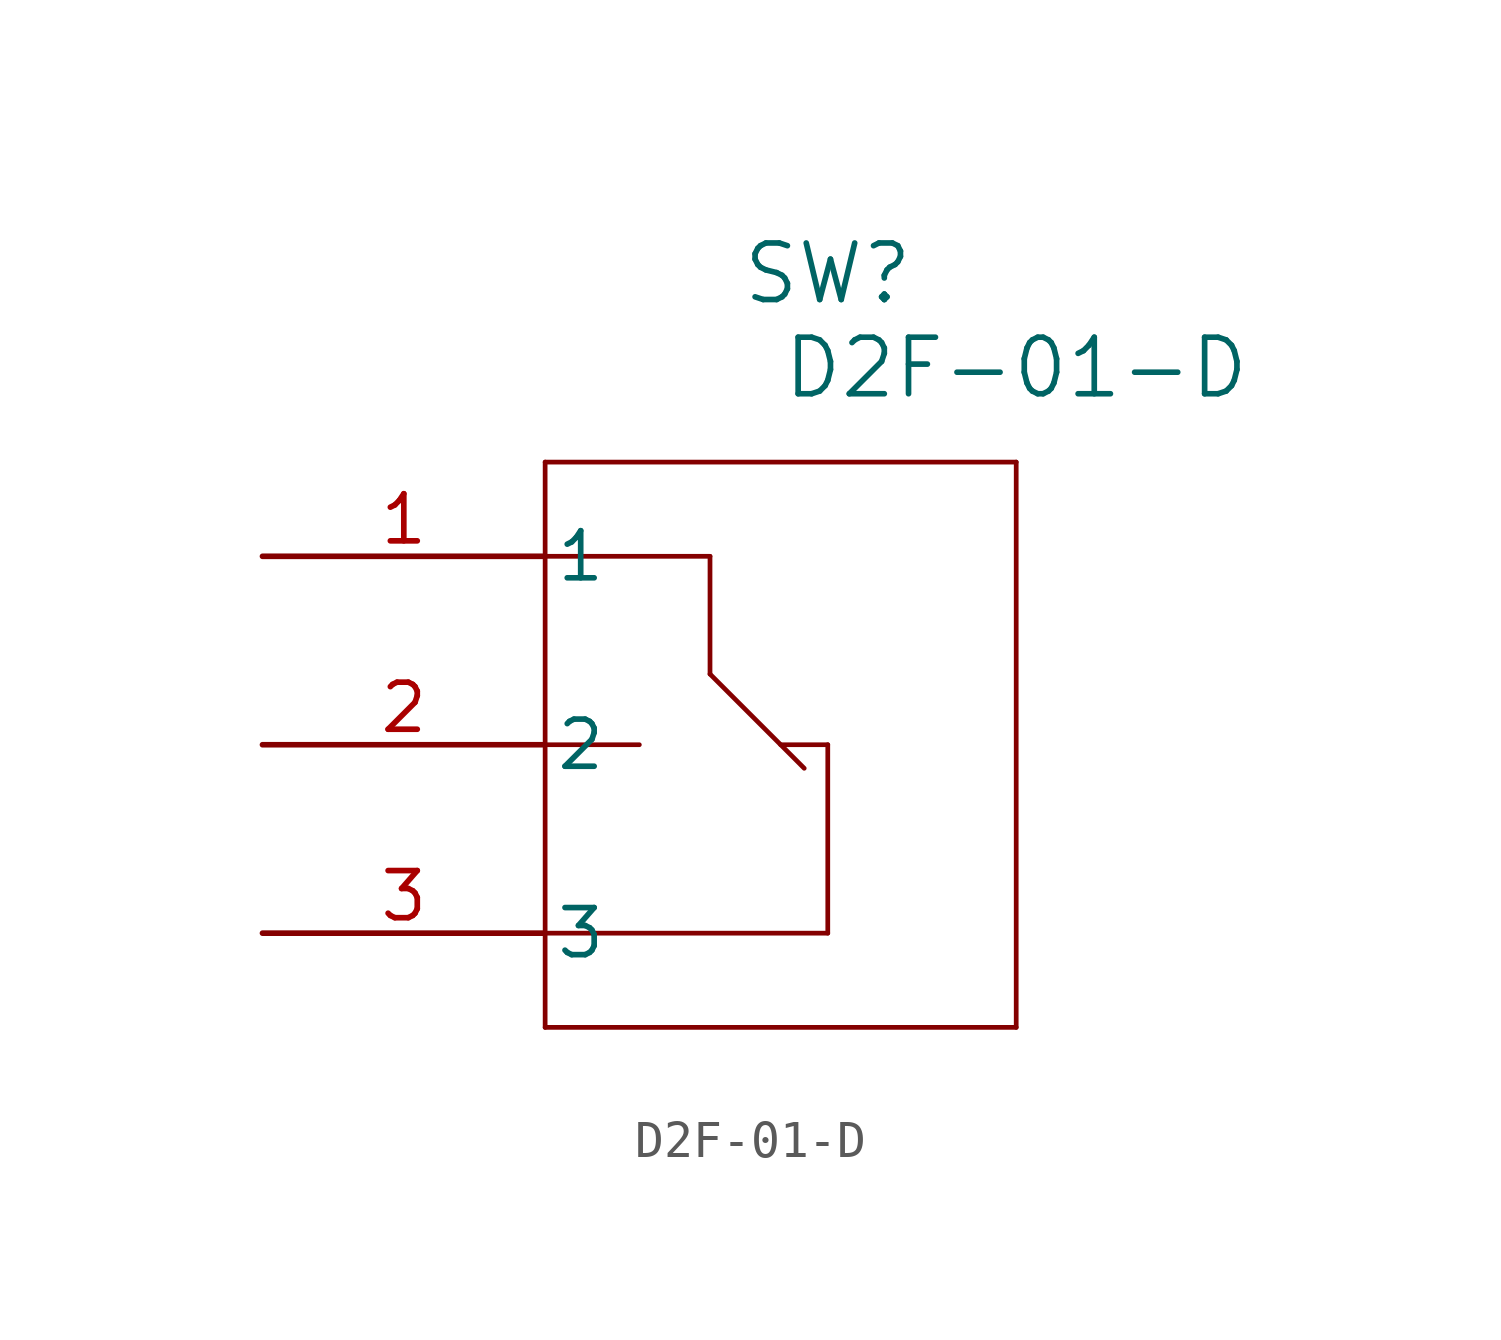
<source format=kicad_sym>
(kicad_symbol_lib
  (version 20211014)
  (generator kicad_symbol_editor)
  (symbol "D2F-01-D"
    (pin_names
      (offset 0.254))
    (property "Reference" "SW"
      (at 15.24 7.62 0)
      (effects (font (size 1.524 1.524))))
    (property "Value" "D2F-01-D"
      (at 20.32 5.08 0)
      (effects (font (size 1.524 1.524))))
    (symbol "D2F-01-D_0_1"
      (polyline (pts (xy 7.62 2.54) (xy 7.62 -12.7)) (stroke (width 0.127) (type default) (color 0 0 0 0)) (fill (type none)))
      (polyline (pts (xy 7.62 -12.7) (xy 20.32 -12.7)) (stroke (width 0.127) (type default) (color 0 0 0 0)) (fill (type none)))
      (polyline (pts (xy 20.32 -12.7) (xy 20.32 2.54)) (stroke (width 0.127) (type default) (color 0 0 0 0)) (fill (type none)))
      (polyline (pts (xy 20.32 2.54) (xy 7.62 2.54)) (stroke (width 0.127) (type default) (color 0 0 0 0)) (fill (type none)))
      (polyline (pts (xy 7.62 -5.08) (xy 10.16 -5.08)) (stroke (width 0.127) (type default) (color 0 0 0 0)) (fill (type none)))
      (polyline (pts (xy 7.62 -10.16) (xy 15.24 -10.16)) (stroke (width 0.127) (type default) (color 0 0 0 0)) (fill (type none)))
      (polyline (pts (xy 15.24 -5.08) (xy 15.24 -10.16)) (stroke (width 0.127) (type default) (color 0 0 0 0)) (fill (type none)))
      (polyline (pts (xy 15.24 -5.08) (xy 13.97 -5.08)) (stroke (width 0.127) (type default) (color 0 0 0 0)) (fill (type none)))
      (polyline (pts (xy 7.62 0) (xy 12.065 0)) (stroke (width 0.127) (type default) (color 0 0 0 0)) (fill (type none)))
      (polyline (pts (xy 12.065 0) (xy 12.065 -3.175)) (stroke (width 0.127) (type default) (color 0 0 0 0)) (fill (type none)))
      (polyline (pts (xy 12.065 -3.175) (xy 14.605 -5.715)) (stroke (width 0.127) (type default) (color 0 0 0 0)) (fill (type none)))
      (pin passive line (at 0 0 0) (length 7.62) (name "1" (effects (font (size 1.27 1.27)))) (number "1" (effects (font (size 1.27 1.27)))))
      (pin passive line (at 0 -5.08 0) (length 7.62) (name "2" (effects (font (size 1.27 1.27)))) (number "2" (effects (font (size 1.27 1.27)))))
      (pin passive line (at 0 -10.16 0) (length 7.62) (name "3" (effects (font (size 1.27 1.27)))) (number "3" (effects (font (size 1.27 1.27))))))))
</source>
